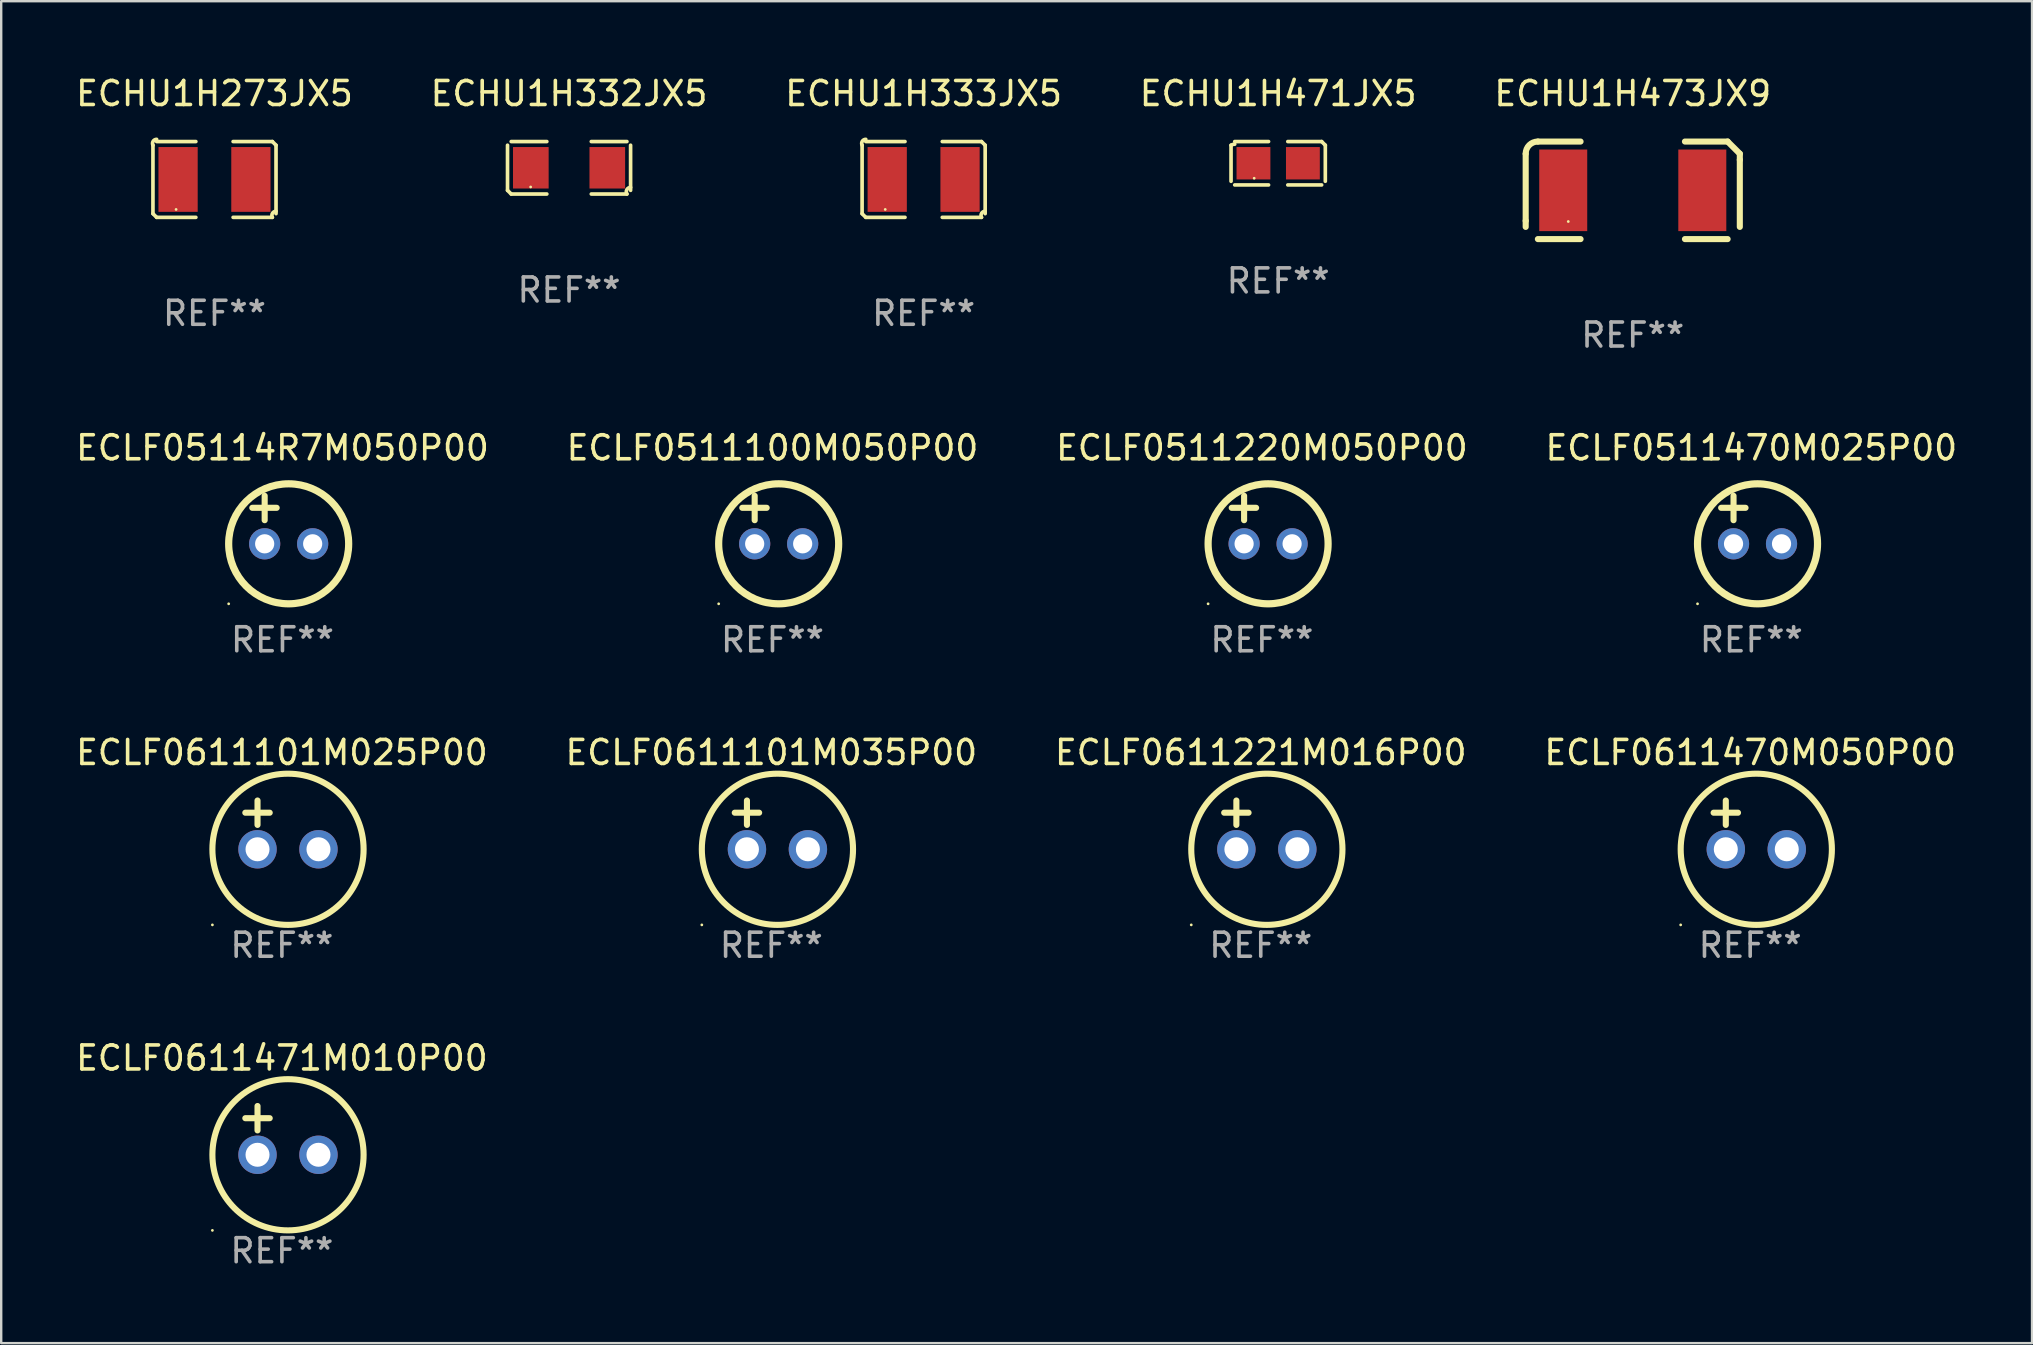
<source format=kicad_pcb>
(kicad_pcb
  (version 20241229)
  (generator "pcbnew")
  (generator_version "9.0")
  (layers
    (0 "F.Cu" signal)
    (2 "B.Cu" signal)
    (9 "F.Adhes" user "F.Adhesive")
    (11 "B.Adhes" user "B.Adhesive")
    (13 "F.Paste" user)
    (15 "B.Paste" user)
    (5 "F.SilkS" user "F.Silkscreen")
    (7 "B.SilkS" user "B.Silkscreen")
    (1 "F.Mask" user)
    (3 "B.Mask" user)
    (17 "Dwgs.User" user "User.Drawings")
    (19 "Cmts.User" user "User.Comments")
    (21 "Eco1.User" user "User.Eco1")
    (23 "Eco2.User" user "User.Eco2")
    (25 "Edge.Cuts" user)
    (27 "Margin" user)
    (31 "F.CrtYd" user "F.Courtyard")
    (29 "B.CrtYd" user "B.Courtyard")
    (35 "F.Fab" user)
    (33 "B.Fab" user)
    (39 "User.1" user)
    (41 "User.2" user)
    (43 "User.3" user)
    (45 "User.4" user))
  (footprint "ECHU1H333JX5"
    (layer "F.Cu")
    (at 35.435 4.427)
    (property "Reference" "ECHU1H333JX5" (at 0 -3.579 0) (layer "F.SilkS") (effects (font (size 1 1) (thickness 0.15))))
    (attr through_hole)
    (fp_line (start -2.564 1.426) (end -2.564 -1.426) (stroke (width 0.152) (type solid)) (layer "F.SilkS"))
    (fp_line (start -2.411 -1.579) (end -0.776 -1.579) (stroke (width 0.152) (type solid)) (layer "F.SilkS"))
    (fp_line (start -0.776 1.579) (end -2.411 1.579) (stroke (width 0.152) (type solid)) (layer "F.SilkS"))
    (fp_line (start 0.776 1.579) (end 2.411 1.579) (stroke (width 0.152) (type solid)) (layer "F.SilkS"))
    (fp_line (start 2.411 -1.579) (end 0.776 -1.579) (stroke (width 0.152) (type solid)) (layer "F.SilkS"))
    (fp_line (start 2.564 1.426) (end 2.564 -1.426) (stroke (width 0.152) (type solid)) (layer "F.SilkS"))
    (fp_arc (start -2.563602 -1.426213) (mid -2.555597 -1.591233) (end -2.411201 -1.671518) (stroke (width 0.1524) (type solid)) (layer "F.SilkS"))
    (fp_arc (start -2.5636 1.426214) (mid -2.487389 1.502402) (end -2.411201 1.578613) (stroke (width 0.1524) (type solid)) (layer "F.SilkS"))
    (fp_arc (start 2.411197 -1.578618) (mid 2.487403 -1.502419) (end 2.563602 -1.426213) (stroke (width 0.1524) (type solid)) (layer "F.SilkS"))
    (fp_arc (start 2.411201 1.578613) (mid 2.416214 1.409455) (end 2.563602 1.32629) (stroke (width 0.1524) (type solid)) (layer "F.SilkS"))
    (fp_circle (center -1.6 1.25) (end -1.57 1.25) (stroke (width 0.06) (type solid)) (fill no) (layer "F.SilkS"))
    (fp_text user "REF**" (at 0 5.579 0) (layer "F.Fab") (effects (font (size 1 1) (thickness 0.15))))
    (pad "1" smd rect (at -1.517 0) (size 1.635 2.7) (layers "F.Cu" "F.Mask" "F.Paste"))
    (pad "2" smd rect (at 1.517 0) (size 1.635 2.7) (layers "F.Cu" "F.Mask" "F.Paste")))
  (footprint "ECLF05114R7M050P00"
    (layer "F.Cu")
    (at 8.72 18.609)
    (property "Reference" "ECLF05114R7M050P00" (at 0 -3 0) (layer "F.SilkS") (effects (font (size 1 1) (thickness 0.15))))
    (attr through_hole)
    (fp_line (start -1.258 -0.5) (end -0.242 -0.5) (stroke (width 0.254) (type solid)) (layer "F.SilkS"))
    (fp_line (start -0.742 -1) (end -0.742 0.016) (stroke (width 0.254) (type solid)) (layer "F.SilkS"))
    (fp_circle (center -2.242 3.5) (end -2.212 3.5) (stroke (width 0.06) (type solid)) (fill no) (layer "F.SilkS"))
    (fp_circle (center 0.258 1) (end 2.758 1) (stroke (width 0.3) (type solid)) (fill no) (layer "F.SilkS"))
    (fp_text user "REF**" (at 0 5 0) (layer "F.Fab") (effects (font (size 1 1) (thickness 0.15))))
    (pad "1" thru_hole circle (at -0.742 1) (size 1.3 1.3) (drill 0.8) (layers "*.Cu" "*.Mask"))
    (pad "2" thru_hole circle (at 1.258 1) (size 1.3 1.3) (drill 0.8) (layers "*.Cu" "*.Mask")))
  (footprint "ECHU1H332JX5"
    (layer "F.Cu")
    (at 20.661 3.941)
    (property "Reference" "ECHU1H332JX5" (at 0 -3.093 0) (layer "F.SilkS") (effects (font (size 1 1) (thickness 0.15))))
    (attr through_hole)
    (fp_line (start -2.564 0.94) (end -2.564 -0.94) (stroke (width 0.152) (type solid)) (layer "F.SilkS"))
    (fp_line (start -2.411 -1.093) (end -0.926 -1.093) (stroke (width 0.152) (type solid)) (layer "F.SilkS"))
    (fp_line (start -0.926 1.093) (end -2.411 1.093) (stroke (width 0.152) (type solid)) (layer "F.SilkS"))
    (fp_line (start 0.926 1.093) (end 2.411 1.093) (stroke (width 0.152) (type solid)) (layer "F.SilkS"))
    (fp_line (start 2.411 -1.093) (end 0.926 -1.093) (stroke (width 0.152) (type solid)) (layer "F.SilkS"))
    (fp_line (start 2.564 0.94) (end 2.564 -0.94) (stroke (width 0.152) (type solid)) (layer "F.SilkS"))
    (fp_arc (start -2.411201 1.092609) (mid -2.487413 1.01642) (end -2.563602 0.940208) (stroke (width 0.1524) (type solid)) (layer "F.SilkS"))
    (fp_arc (start 2.411201 1.092609) (mid 2.407159 0.911226) (end 2.563602 0.819347) (stroke (width 0.1524) (type solid)) (layer "F.SilkS"))
    (fp_circle (center -1.6 0.8) (end -1.57 0.8) (stroke (width 0.06) (type solid)) (fill no) (layer "F.SilkS"))
    (fp_text user "REF**" (at 0 5.093 0) (layer "F.Fab") (effects (font (size 1 1) (thickness 0.15))))
    (pad "1" smd rect (at -1.593 0) (size 1.485 1.728) (layers "F.Cu" "F.Mask" "F.Paste"))
    (pad "2" smd rect (at 1.593 0) (size 1.485 1.728) (layers "F.Cu" "F.Mask" "F.Paste")))
  (footprint "ECLF0611101M025P00"
    (layer "F.Cu")
    (at 8.696 31.321)
    (property "Reference" "ECLF0611101M025P00" (at 0 -3.016 0) (layer "F.SilkS") (effects (font (size 1 1) (thickness 0.15))))
    (attr through_hole)
    (fp_line (start -1.524 -0.508) (end -0.508 -0.508) (stroke (width 0.254) (type solid)) (layer "F.SilkS"))
    (fp_line (start -1.016 -1.016) (end -1.016 0) (stroke (width 0.254) (type solid)) (layer "F.SilkS"))
    (fp_circle (center -2.896 4.166) (end -2.866 4.166) (stroke (width 0.06) (type solid)) (fill no) (layer "F.SilkS"))
    (fp_circle (center 0.254 1.016) (end 3.404 1.016) (stroke (width 0.254) (type solid)) (fill no) (layer "F.SilkS"))
    (fp_text user "REF**" (at 0 5.016 0) (layer "F.Fab") (effects (font (size 1 1) (thickness 0.15))))
    (pad "1" thru_hole circle (at -1.016 1.016) (size 1.6 1.6) (drill 1) (layers "*.Cu" "*.Mask"))
    (pad "2" thru_hole circle (at 1.524 1.016) (size 1.6 1.6) (drill 1) (layers "*.Cu" "*.Mask")))
  (footprint "ECLF0611471M010P00"
    (layer "F.Cu")
    (at 8.696 44.05)
    (property "Reference" "ECLF0611471M010P00" (at 0 -3.016 0) (layer "F.SilkS") (effects (font (size 1 1) (thickness 0.15))))
    (attr through_hole)
    (fp_line (start -1.524 -0.508) (end -0.508 -0.508) (stroke (width 0.254) (type solid)) (layer "F.SilkS"))
    (fp_line (start -1.016 -1.016) (end -1.016 0) (stroke (width 0.254) (type solid)) (layer "F.SilkS"))
    (fp_circle (center -2.896 4.166) (end -2.866 4.166) (stroke (width 0.06) (type solid)) (fill no) (layer "F.SilkS"))
    (fp_circle (center 0.254 1.016) (end 3.404 1.016) (stroke (width 0.254) (type solid)) (fill no) (layer "F.SilkS"))
    (fp_text user "REF**" (at 0 5.016 0) (layer "F.Fab") (effects (font (size 1 1) (thickness 0.15))))
    (pad "1" thru_hole circle (at -1.016 1.016) (size 1.6 1.6) (drill 1) (layers "*.Cu" "*.Mask"))
    (pad "2" thru_hole circle (at 1.524 1.016) (size 1.6 1.6) (drill 1) (layers "*.Cu" "*.Mask")))
  (footprint "ECHU1H273JX5"
    (layer "F.Cu")
    (at 5.887 4.427)
    (property "Reference" "ECHU1H273JX5" (at 0 -3.579 0) (layer "F.SilkS") (effects (font (size 1 1) (thickness 0.15))))
    (attr through_hole)
    (fp_line (start -2.564 1.426) (end -2.564 -1.426) (stroke (width 0.152) (type solid)) (layer "F.SilkS"))
    (fp_line (start -2.411 -1.579) (end -0.776 -1.579) (stroke (width 0.152) (type solid)) (layer "F.SilkS"))
    (fp_line (start -0.776 1.579) (end -2.411 1.579) (stroke (width 0.152) (type solid)) (layer "F.SilkS"))
    (fp_line (start 0.776 1.579) (end 2.411 1.579) (stroke (width 0.152) (type solid)) (layer "F.SilkS"))
    (fp_line (start 2.411 -1.579) (end 0.776 -1.579) (stroke (width 0.152) (type solid)) (layer "F.SilkS"))
    (fp_line (start 2.564 1.426) (end 2.564 -1.426) (stroke (width 0.152) (type solid)) (layer "F.SilkS"))
    (fp_arc (start -2.563602 -1.426213) (mid -2.555597 -1.591233) (end -2.411201 -1.671518) (stroke (width 0.1524) (type solid)) (layer "F.SilkS"))
    (fp_arc (start -2.5636 1.426214) (mid -2.487389 1.502402) (end -2.411201 1.578613) (stroke (width 0.1524) (type solid)) (layer "F.SilkS"))
    (fp_arc (start 2.411197 -1.578618) (mid 2.487403 -1.502419) (end 2.563602 -1.426213) (stroke (width 0.1524) (type solid)) (layer "F.SilkS"))
    (fp_arc (start 2.411201 1.578613) (mid 2.416214 1.409455) (end 2.563602 1.32629) (stroke (width 0.1524) (type solid)) (layer "F.SilkS"))
    (fp_circle (center -1.6 1.25) (end -1.57 1.25) (stroke (width 0.06) (type solid)) (fill no) (layer "F.SilkS"))
    (fp_text user "REF**" (at 0 5.579 0) (layer "F.Fab") (effects (font (size 1 1) (thickness 0.15))))
    (pad "1" smd rect (at -1.517 0) (size 1.635 2.7) (layers "F.Cu" "F.Mask" "F.Paste"))
    (pad "2" smd rect (at 1.517 0) (size 1.635 2.7) (layers "F.Cu" "F.Mask" "F.Paste")))
  (footprint "ECLF0611470M050P00"
    (layer "F.Cu")
    (at 69.875 31.321)
    (property "Reference" "ECLF0611470M050P00" (at 0 -3.016 0) (layer "F.SilkS") (effects (font (size 1 1) (thickness 0.15))))
    (attr through_hole)
    (fp_line (start -1.524 -0.508) (end -0.508 -0.508) (stroke (width 0.254) (type solid)) (layer "F.SilkS"))
    (fp_line (start -1.016 -1.016) (end -1.016 0) (stroke (width 0.254) (type solid)) (layer "F.SilkS"))
    (fp_circle (center -2.896 4.166) (end -2.866 4.166) (stroke (width 0.06) (type solid)) (fill no) (layer "F.SilkS"))
    (fp_circle (center 0.254 1.016) (end 3.404 1.016) (stroke (width 0.254) (type solid)) (fill no) (layer "F.SilkS"))
    (fp_text user "REF**" (at 0 5.016 0) (layer "F.Fab") (effects (font (size 1 1) (thickness 0.15))))
    (pad "1" thru_hole circle (at -1.016 1.016) (size 1.6 1.6) (drill 1) (layers "*.Cu" "*.Mask"))
    (pad "2" thru_hole circle (at 1.524 1.016) (size 1.6 1.6) (drill 1) (layers "*.Cu" "*.Mask")))
  (footprint "ECLF0611101M035P00"
    (layer "F.Cu")
    (at 29.089 31.321)
    (property "Reference" "ECLF0611101M035P00" (at 0 -3.016 0) (layer "F.SilkS") (effects (font (size 1 1) (thickness 0.15))))
    (attr through_hole)
    (fp_line (start -1.524 -0.508) (end -0.508 -0.508) (stroke (width 0.254) (type solid)) (layer "F.SilkS"))
    (fp_line (start -1.016 -1.016) (end -1.016 0) (stroke (width 0.254) (type solid)) (layer "F.SilkS"))
    (fp_circle (center -2.896 4.166) (end -2.866 4.166) (stroke (width 0.06) (type solid)) (fill no) (layer "F.SilkS"))
    (fp_circle (center 0.254 1.016) (end 3.404 1.016) (stroke (width 0.254) (type solid)) (fill no) (layer "F.SilkS"))
    (fp_text user "REF**" (at 0 5.016 0) (layer "F.Fab") (effects (font (size 1 1) (thickness 0.15))))
    (pad "1" thru_hole circle (at -1.016 1.016) (size 1.6 1.6) (drill 1) (layers "*.Cu" "*.Mask"))
    (pad "2" thru_hole circle (at 1.524 1.016) (size 1.6 1.6) (drill 1) (layers "*.Cu" "*.Mask")))
  (footprint "ECHU1H473JX9"
    (layer "F.Cu")
    (at 64.982 4.88)
    (property "Reference" "ECHU1H473JX9" (at 0 -4.032 0) (layer "F.SilkS") (effects (font (size 1 1) (thickness 0.15))))
    (attr through_hole)
    (fp_line (start -4.461 -1.524) (end -4.461 1.27) (stroke (width 0.254) (type solid)) (layer "F.SilkS"))
    (fp_line (start -4.461 1.27) (end -4.461 1.524) (stroke (width 0.254) (type solid)) (layer "F.SilkS"))
    (fp_line (start -3.953 2.032) (end -2.175 2.032) (stroke (width 0.254) (type solid)) (layer "F.SilkS"))
    (fp_line (start -2.175 -2.032) (end -3.953 -2.032) (stroke (width 0.254) (type solid)) (layer "F.SilkS"))
    (fp_line (start 2.175 2.032) (end 3.953 2.032) (stroke (width 0.254) (type solid)) (layer "F.SilkS"))
    (fp_line (start 3.953 -2.032) (end 2.175 -2.032) (stroke (width 0.254) (type solid)) (layer "F.SilkS"))
    (fp_line (start 4.461 -1.27) (end 4.461 -1.524) (stroke (width 0.254) (type solid)) (layer "F.SilkS"))
    (fp_line (start 4.461 1.524) (end 4.461 -1.27) (stroke (width 0.254) (type solid)) (layer "F.SilkS"))
    (fp_arc (start -4.461494 -1.524003) (mid -4.312704 -1.883214) (end -3.953493 -2.032004) (stroke (width 0.254001) (type solid)) (layer "F.SilkS"))
    (fp_arc (start 4.461494 -1.524003) (mid 4.207365 -1.777873) (end 3.953495 -2.032002) (stroke (width 0.254001) (type solid)) (layer "F.SilkS"))
    (fp_circle (center -2.687 1.3) (end -2.657 1.3) (stroke (width 0.06) (type solid)) (fill no) (layer "F.SilkS"))
    (fp_text user "REF**" (at 0 6.032 0) (layer "F.Fab") (effects (font (size 1 1) (thickness 0.15))))
    (pad "1" smd rect (at -2.897 0) (size 2 3.4) (layers "F.Cu" "F.Mask" "F.Paste"))
    (pad "2" smd rect (at 2.898 0) (size 2 3.4) (layers "F.Cu" "F.Mask" "F.Paste")))
  (footprint "ECHU1H471JX5"
    (layer "F.Cu")
    (at 50.208 3.752)
    (property "Reference" "ECHU1H471JX5" (at 0 -2.904 0) (layer "F.SilkS") (effects (font (size 1 1) (thickness 0.15))))
    (attr through_hole)
    (fp_line (start -1.964 0.751) (end -1.964 -0.751) (stroke (width 0.152) (type solid)) (layer "F.SilkS"))
    (fp_line (start -1.811 -0.904) (end -0.401 -0.904) (stroke (width 0.152) (type solid)) (layer "F.SilkS"))
    (fp_line (start -0.401 0.904) (end -1.811 0.904) (stroke (width 0.152) (type solid)) (layer "F.SilkS"))
    (fp_line (start 0.401 0.904) (end 1.811 0.904) (stroke (width 0.152) (type solid)) (layer "F.SilkS"))
    (fp_line (start 1.811 -0.904) (end 0.401 -0.904) (stroke (width 0.152) (type solid)) (layer "F.SilkS"))
    (fp_line (start 1.964 0.751) (end 1.964 -0.751) (stroke (width 0.152) (type solid)) (layer "F.SilkS"))
    (fp_arc (start -1.963602 -0.751207) (mid -1.890354 -0.783131) (end -1.811201 -0.794044) (stroke (width 0.1524) (type solid)) (layer "F.SilkS"))
    (fp_arc (start 1.811202 -0.903607) (mid 1.887413 -0.827418) (end 1.963602 -0.751207) (stroke (width 0.1524) (type solid)) (layer "F.SilkS"))
    (fp_circle (center -1 0.625) (end -0.97 0.625) (stroke (width 0.06) (type solid)) (fill no) (layer "F.SilkS"))
    (fp_text user "REF**" (at 0 4.904 0) (layer "F.Fab") (effects (font (size 1 1) (thickness 0.15))))
    (pad "1" smd rect (at -1.03 0) (size 1.41 1.35) (layers "F.Cu" "F.Mask" "F.Paste"))
    (pad "2" smd rect (at 1.03 0) (size 1.41 1.35) (layers "F.Cu" "F.Mask" "F.Paste")))
  (footprint "ECLF0511100M050P00"
    (layer "F.Cu")
    (at 29.137 18.609)
    (property "Reference" "ECLF0511100M050P00" (at 0 -3 0) (layer "F.SilkS") (effects (font (size 1 1) (thickness 0.15))))
    (attr through_hole)
    (fp_line (start -1.258 -0.5) (end -0.242 -0.5) (stroke (width 0.254) (type solid)) (layer "F.SilkS"))
    (fp_line (start -0.742 -1) (end -0.742 0.016) (stroke (width 0.254) (type solid)) (layer "F.SilkS"))
    (fp_circle (center -2.242 3.5) (end -2.212 3.5) (stroke (width 0.06) (type solid)) (fill no) (layer "F.SilkS"))
    (fp_circle (center 0.258 1) (end 2.758 1) (stroke (width 0.3) (type solid)) (fill no) (layer "F.SilkS"))
    (fp_text user "REF**" (at 0 5 0) (layer "F.Fab") (effects (font (size 1 1) (thickness 0.15))))
    (pad "1" thru_hole circle (at -0.742 1) (size 1.3 1.3) (drill 0.8) (layers "*.Cu" "*.Mask"))
    (pad "2" thru_hole circle (at 1.258 1) (size 1.3 1.3) (drill 0.8) (layers "*.Cu" "*.Mask")))
  (footprint "ECLF0611221M016P00"
    (layer "F.Cu")
    (at 49.482 31.321)
    (property "Reference" "ECLF0611221M016P00" (at 0 -3.016 0) (layer "F.SilkS") (effects (font (size 1 1) (thickness 0.15))))
    (attr through_hole)
    (fp_line (start -1.524 -0.508) (end -0.508 -0.508) (stroke (width 0.254) (type solid)) (layer "F.SilkS"))
    (fp_line (start -1.016 -1.016) (end -1.016 0) (stroke (width 0.254) (type solid)) (layer "F.SilkS"))
    (fp_circle (center -2.896 4.166) (end -2.866 4.166) (stroke (width 0.06) (type solid)) (fill no) (layer "F.SilkS"))
    (fp_circle (center 0.254 1.016) (end 3.404 1.016) (stroke (width 0.254) (type solid)) (fill no) (layer "F.SilkS"))
    (fp_text user "REF**" (at 0 5.016 0) (layer "F.Fab") (effects (font (size 1 1) (thickness 0.15))))
    (pad "1" thru_hole circle (at -1.016 1.016) (size 1.6 1.6) (drill 1) (layers "*.Cu" "*.Mask"))
    (pad "2" thru_hole circle (at 1.524 1.016) (size 1.6 1.6) (drill 1) (layers "*.Cu" "*.Mask")))
  (footprint "ECLF0511470M025P00"
    (layer "F.Cu")
    (at 69.923 18.609)
    (property "Reference" "ECLF0511470M025P00" (at 0 -3 0) (layer "F.SilkS") (effects (font (size 1 1) (thickness 0.15))))
    (attr through_hole)
    (fp_line (start -1.258 -0.5) (end -0.242 -0.5) (stroke (width 0.254) (type solid)) (layer "F.SilkS"))
    (fp_line (start -0.742 -1) (end -0.742 0.016) (stroke (width 0.254) (type solid)) (layer "F.SilkS"))
    (fp_circle (center -2.242 3.5) (end -2.212 3.5) (stroke (width 0.06) (type solid)) (fill no) (layer "F.SilkS"))
    (fp_circle (center 0.258 1) (end 2.758 1) (stroke (width 0.3) (type solid)) (fill no) (layer "F.SilkS"))
    (fp_text user "REF**" (at 0 5 0) (layer "F.Fab") (effects (font (size 1 1) (thickness 0.15))))
    (pad "1" thru_hole circle (at -0.742 1) (size 1.3 1.3) (drill 0.8) (layers "*.Cu" "*.Mask"))
    (pad "2" thru_hole circle (at 1.258 1) (size 1.3 1.3) (drill 0.8) (layers "*.Cu" "*.Mask")))
  (footprint "ECLF0511220M050P00"
    (layer "F.Cu")
    (at 49.53 18.609)
    (property "Reference" "ECLF0511220M050P00" (at 0 -3 0) (layer "F.SilkS") (effects (font (size 1 1) (thickness 0.15))))
    (attr through_hole)
    (fp_line (start -1.258 -0.5) (end -0.242 -0.5) (stroke (width 0.254) (type solid)) (layer "F.SilkS"))
    (fp_line (start -0.742 -1) (end -0.742 0.016) (stroke (width 0.254) (type solid)) (layer "F.SilkS"))
    (fp_circle (center -2.242 3.5) (end -2.212 3.5) (stroke (width 0.06) (type solid)) (fill no) (layer "F.SilkS"))
    (fp_circle (center 0.258 1) (end 2.758 1) (stroke (width 0.3) (type solid)) (fill no) (layer "F.SilkS"))
    (fp_text user "REF**" (at 0 5 0) (layer "F.Fab") (effects (font (size 1 1) (thickness 0.15))))
    (pad "1" thru_hole circle (at -0.742 1) (size 1.3 1.3) (drill 0.8) (layers "*.Cu" "*.Mask"))
    (pad "2" thru_hole circle (at 1.258 1) (size 1.3 1.3) (drill 0.8) (layers "*.Cu" "*.Mask")))
  (gr_rect
    (start -3 -3)
    (end 81.619 52.914)
    (stroke (width 0.1) (type default))
    (fill no)
    (layer "Edge.Cuts")))
</source>
